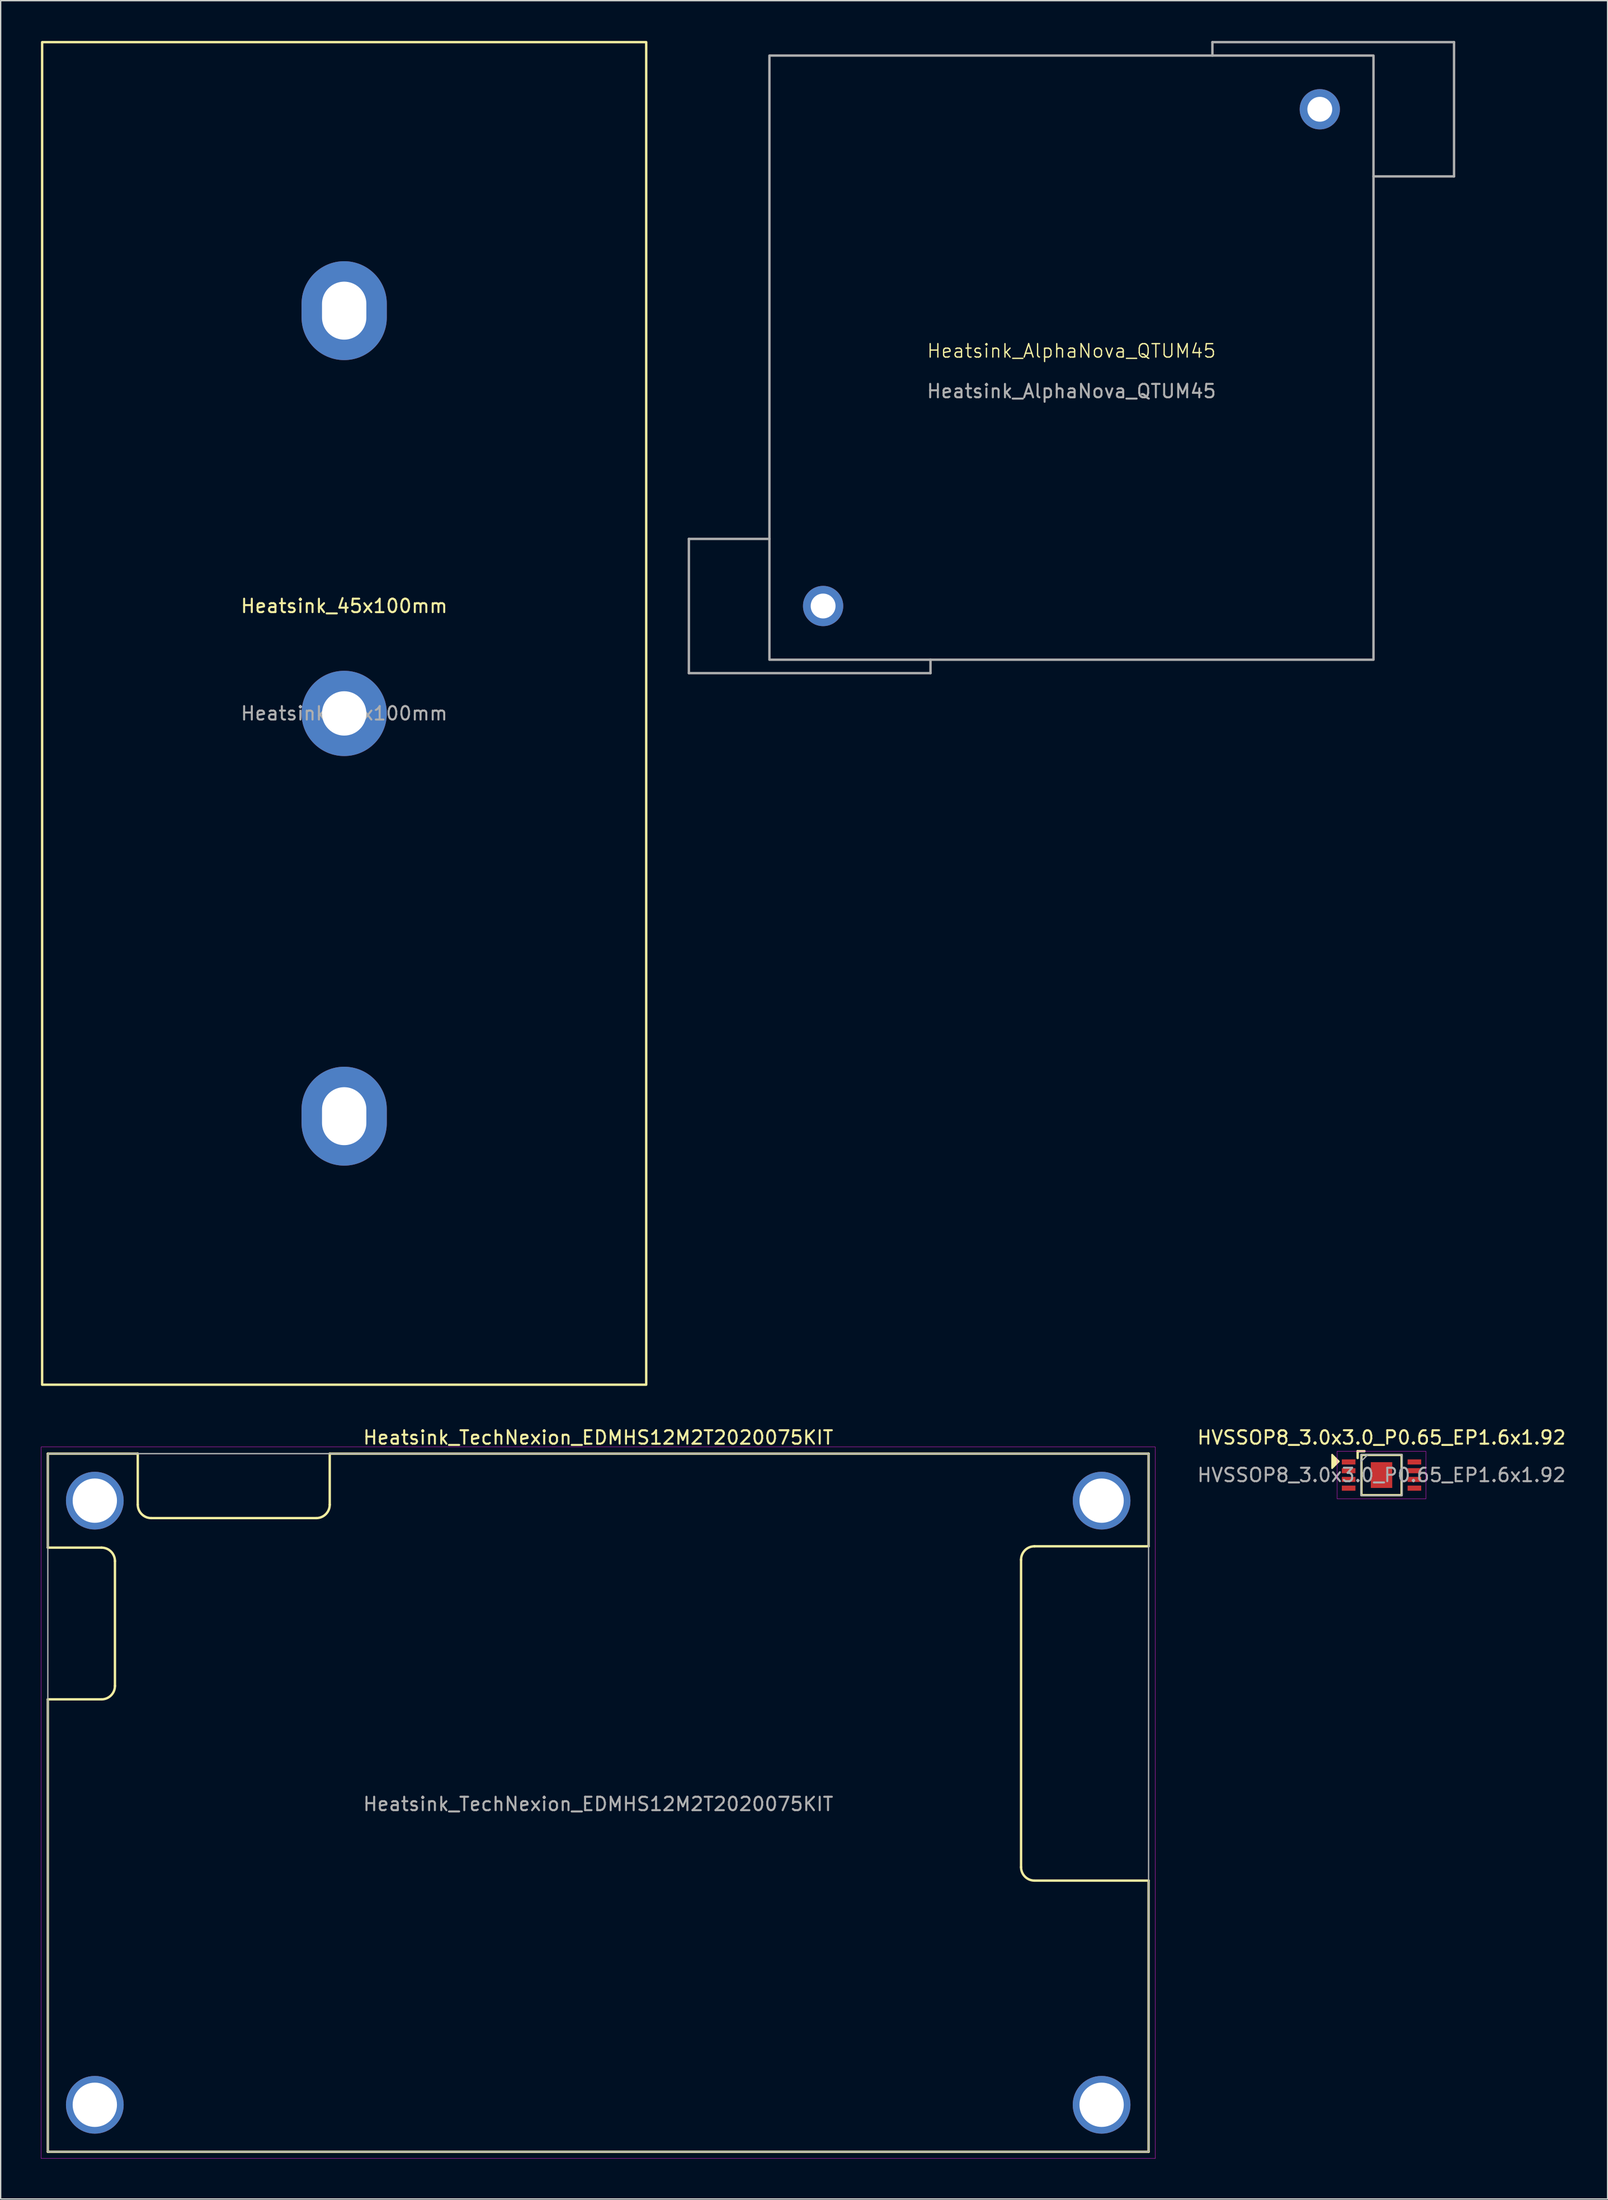
<source format=kicad_pcb>
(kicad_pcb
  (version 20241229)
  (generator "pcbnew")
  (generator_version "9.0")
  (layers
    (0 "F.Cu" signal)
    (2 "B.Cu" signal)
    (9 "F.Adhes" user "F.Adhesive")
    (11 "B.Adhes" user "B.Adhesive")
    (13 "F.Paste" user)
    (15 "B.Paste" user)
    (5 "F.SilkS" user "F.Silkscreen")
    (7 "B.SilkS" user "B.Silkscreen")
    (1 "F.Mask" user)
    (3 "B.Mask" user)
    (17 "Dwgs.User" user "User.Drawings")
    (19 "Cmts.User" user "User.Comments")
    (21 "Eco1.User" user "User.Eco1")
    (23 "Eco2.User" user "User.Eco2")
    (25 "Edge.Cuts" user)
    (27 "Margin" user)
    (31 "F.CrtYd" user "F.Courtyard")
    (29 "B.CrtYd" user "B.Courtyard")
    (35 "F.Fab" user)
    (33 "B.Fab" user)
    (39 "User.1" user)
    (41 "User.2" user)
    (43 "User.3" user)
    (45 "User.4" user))
  (footprint "HVSSOP8_3.0x3.0_P0.65_EP1.6x1.92"
    (layer "F.Cu")
    (at 99.865 106.82)
    (property "Reference" "HVSSOP8_3.0x3.0_P0.65_EP1.6x1.92" (at 0 -2.794 0) (unlocked yes) (layer "F.SilkS") (effects (font (size 1 1) (thickness 0.15))))
    (attr smd)
    (fp_line (start -1.778 -1.778) (end -1.27 -1.778) (stroke (width 0.178) (type solid)) (layer "F.SilkS"))
    (fp_line (start -1.778 -1.27) (end -1.778 -1.778) (stroke (width 0.178) (type solid)) (layer "F.SilkS"))
    (fp_rect (start -1.5 1.5) (end 1.5 -1.5) (stroke (width 0.178) (type solid)) (fill no) (layer "F.SilkS"))
    (fp_poly (pts (xy -3.175 -1.016) (xy -3.683 -0.508) (xy -3.683 -1.524)) (stroke (width 0.12) (type solid)) (fill yes) (layer "F.SilkS"))
    (fp_rect (start -3.302 1.778) (end 3.302 -1.778) (stroke (width 0.025) (type solid)) (fill no) (layer "F.CrtYd"))
    (fp_line (start -1.524 -1.016) (end -1.016 -1.524) (stroke (width 0.1) (type solid)) (layer "F.Fab"))
    (fp_rect (start -1.524 -1.524) (end 1.524 1.524) (stroke (width 0.1) (type solid)) (fill no) (layer "F.Fab"))
    (fp_text user "${REFERENCE}" (at 0 0 0) (unlocked yes) (layer "F.Fab") (effects (font (size 1 1) (thickness 0.15))))
    (pad "1" smd rect (at -2.45 -0.975) (size 1.016 0.381) (layers "F.Cu" "F.Mask" "F.Paste"))
    (pad "2" smd rect (at -2.45 -0.325) (size 1.016 0.381) (layers "F.Cu" "F.Mask" "F.Paste"))
    (pad "3" smd rect (at -2.45 0.325) (size 1.016 0.381) (layers "F.Cu" "F.Mask" "F.Paste"))
    (pad "4" smd rect (at -2.45 0.975) (size 1.016 0.381) (layers "F.Cu" "F.Mask" "F.Paste"))
    (pad "5" smd rect (at 2.45 0.975) (size 1.016 0.381) (layers "F.Cu" "F.Mask" "F.Paste"))
    (pad "6" smd rect (at 2.45 0.325) (size 1.016 0.381) (layers "F.Cu" "F.Mask" "F.Paste"))
    (pad "7" smd rect (at 2.45 -0.325) (size 1.016 0.381) (layers "F.Cu" "F.Mask" "F.Paste"))
    (pad "8" smd rect (at 2.45 -0.975) (size 1.016 0.381) (layers "F.Cu" "F.Mask" "F.Paste"))
    (pad "9" smd rect (at 0 0) (size 1.6 1.92) (layers "F.Cu" "F.Mask" "F.Paste")))
  (footprint "Heatsink_45x100mm"
    (layer "F.Cu")
    (at 22.589 50.089)
    (property "Reference" "Heatsink_45x100mm" (at 0 -8 0) (layer "F.SilkS") (effects (font (size 1 1) (thickness 0.15))))
    (attr through_hole)
    (fp_rect (start -22.5 -50) (end 22.5 50) (stroke (width 0.178) (type solid)) (fill no) (layer "F.SilkS"))
    (fp_text user "${REFERENCE}" (at 0 0 0) (layer "F.Fab") (effects (font (size 1 1) (thickness 0.15))))
    (pad "1" thru_hole oval (at 0 -30) (size 6.35 7.366) (drill oval 3.302 4.318) (layers "*.Cu" "*.Mask"))
    (pad "2" thru_hole circle (at 0 0) (size 6.35 6.35) (drill 3.302) (layers "*.Cu" "*.Mask"))
    (pad "3" thru_hole oval (at 0 30) (size 6.35 7.366) (drill oval 3.302 4.318) (layers "*.Cu" "*.Mask")))
  (footprint "Heatsink_AlphaNova_QTUM45"
    (layer "F.Cu")
    (at 76.767 23.589)
    (property "Reference" "Heatsink_AlphaNova_QTUM45" (at 0 -0.5 0) (unlocked yes) (layer "F.SilkS") (effects (font (size 1 1) (thickness 0.1))))
    (attr through_hole)
    (fp_line (start -28.5 13.5) (end -28.5 23.5) (stroke (width 0.178) (type default)) (layer "F.Fab"))
    (fp_line (start -28.5 23.5) (end -10.5 23.5) (stroke (width 0.178) (type default)) (layer "F.Fab"))
    (fp_line (start -22.5 13.5) (end -28.5 13.5) (stroke (width 0.178) (type default)) (layer "F.Fab"))
    (fp_line (start -10.5 23.5) (end -10.5 22.5) (stroke (width 0.178) (type default)) (layer "F.Fab"))
    (fp_line (start 10.5 -23.5) (end 28.5 -23.5) (stroke (width 0.178) (type default)) (layer "F.Fab"))
    (fp_line (start 10.5 -22.5) (end 10.5 -23.5) (stroke (width 0.178) (type default)) (layer "F.Fab"))
    (fp_line (start 28.5 -23.5) (end 28.5 -13.5) (stroke (width 0.178) (type default)) (layer "F.Fab"))
    (fp_line (start 28.5 -13.5) (end 22.5 -13.5) (stroke (width 0.178) (type default)) (layer "F.Fab"))
    (fp_rect (start -22.5 22.5) (end 22.5 -22.5) (stroke (width 0.178) (type default)) (fill no) (layer "F.Fab"))
    (fp_text user "${REFERENCE}" (at 0 2.5 0) (unlocked yes) (layer "F.Fab") (effects (font (size 1 1) (thickness 0.15))))
    (pad "1" thru_hole circle (at -18.5 18.5) (size 3 3) (drill 1.85) (layers "*.Cu" "*.Mask"))
    (pad "1" thru_hole circle (at 18.5 -18.5) (size 3 3) (drill 1.85) (layers "*.Cu" "*.Mask")))
  (footprint "Heatsink_TechNexion_EDMHS12M2T2020075KIT"
    (layer "F.Cu")
    (at 41.513 131.226)
    (property "Reference" "Heatsink_TechNexion_EDMHS12M2T2020075KIT" (at 0 -27.2 0) (unlocked yes) (layer "F.SilkS") (effects (font (size 1 1) (thickness 0.15))))
    (attr through_hole)
    (fp_line (start -41 -26) (end -34.3 -26) (stroke (width 0.178) (type solid)) (layer "F.SilkS"))
    (fp_line (start -41 -19) (end -41 -26) (stroke (width 0.178) (type solid)) (layer "F.SilkS"))
    (fp_line (start -41 26) (end -41 -7.7) (stroke (width 0.178) (type solid)) (layer "F.SilkS"))
    (fp_line (start -41 26) (end 41 26) (stroke (width 0.178) (type solid)) (layer "F.SilkS"))
    (fp_line (start -37 -19) (end -41 -19) (stroke (width 0.178) (type solid)) (layer "F.SilkS"))
    (fp_line (start -37 -7.7) (end -41 -7.7) (stroke (width 0.178) (type solid)) (layer "F.SilkS"))
    (fp_line (start -36 -8.7) (end -36 -18) (stroke (width 0.178) (type solid)) (layer "F.SilkS"))
    (fp_line (start -34.3 -26) (end -34.3 -22.2) (stroke (width 0.178) (type solid)) (layer "F.SilkS"))
    (fp_line (start -33.3 -21.2) (end -21 -21.2) (stroke (width 0.178) (type solid)) (layer "F.SilkS"))
    (fp_line (start -20 -26) (end 41 -26) (stroke (width 0.178) (type solid)) (layer "F.SilkS"))
    (fp_line (start -20 -22.2) (end -20 -26) (stroke (width 0.178) (type solid)) (layer "F.SilkS"))
    (fp_line (start 31.5 4.8) (end 31.5 -18.1) (stroke (width 0.178) (type solid)) (layer "F.SilkS"))
    (fp_line (start 32.5 -19.1) (end 41 -19.1) (stroke (width 0.178) (type solid)) (layer "F.SilkS"))
    (fp_line (start 41 -19.1) (end 41 -26) (stroke (width 0.178) (type solid)) (layer "F.SilkS"))
    (fp_line (start 41 5.8) (end 32.5 5.8) (stroke (width 0.178) (type solid)) (layer "F.SilkS"))
    (fp_line (start 41 26) (end 41 5.8) (stroke (width 0.178) (type solid)) (layer "F.SilkS"))
    (fp_arc (start -37 -19) (mid -36.292894 -18.707107) (end -36 -18) (stroke (width 0.1778) (type solid)) (layer "F.SilkS"))
    (fp_arc (start -36 -8.7) (mid -36.292893 -7.992894) (end -37 -7.7) (stroke (width 0.1778) (type solid)) (layer "F.SilkS"))
    (fp_arc (start -33.3 -21.2) (mid -34.007106 -21.492893) (end -34.3 -22.2) (stroke (width 0.1778) (type solid)) (layer "F.SilkS"))
    (fp_arc (start -20 -22.2) (mid -20.292893 -21.492894) (end -21 -21.2) (stroke (width 0.1778) (type solid)) (layer "F.SilkS"))
    (fp_arc (start 31.5 -18.1) (mid 31.792893 -18.807106) (end 32.5 -19.1) (stroke (width 0.1778) (type solid)) (layer "F.SilkS"))
    (fp_arc (start 32.5 5.8) (mid 31.792894 5.507107) (end 31.5 4.8) (stroke (width 0.1778) (type solid)) (layer "F.SilkS"))
    (fp_rect (start -41.5 -26.5) (end 41.5 26.5) (stroke (width 0.025) (type solid)) (fill no) (layer "F.CrtYd"))
    (fp_rect (start -41 -26) (end 41 26) (stroke (width 0.1) (type solid)) (fill no) (layer "F.Fab"))
    (fp_text user "${REFERENCE}" (at 0 0.1 0) (unlocked yes) (layer "F.Fab") (effects (font (size 1 1) (thickness 0.15))))
    (pad "1" thru_hole circle (at -37.5 -22.5) (size 4.3 4.3) (drill 3.3) (layers "*.Cu" "*.Mask"))
    (pad "2" thru_hole circle (at -37.5 22.5) (size 4.3 4.3) (drill 3.3) (layers "*.Cu" "*.Mask"))
    (pad "3" thru_hole circle (at 37.5 22.5) (size 4.3 4.3) (drill 3.3) (layers "*.Cu" "*.Mask"))
    (pad "4" thru_hole circle (at 37.5 -22.5) (size 4.3 4.3) (drill 3.3) (layers "*.Cu" "*.Mask")))
  (gr_rect
    (start -3 -3)
    (end 116.704 160.739)
    (stroke (width 0.1) (type default))
    (fill no)
    (layer "Edge.Cuts")))
</source>
